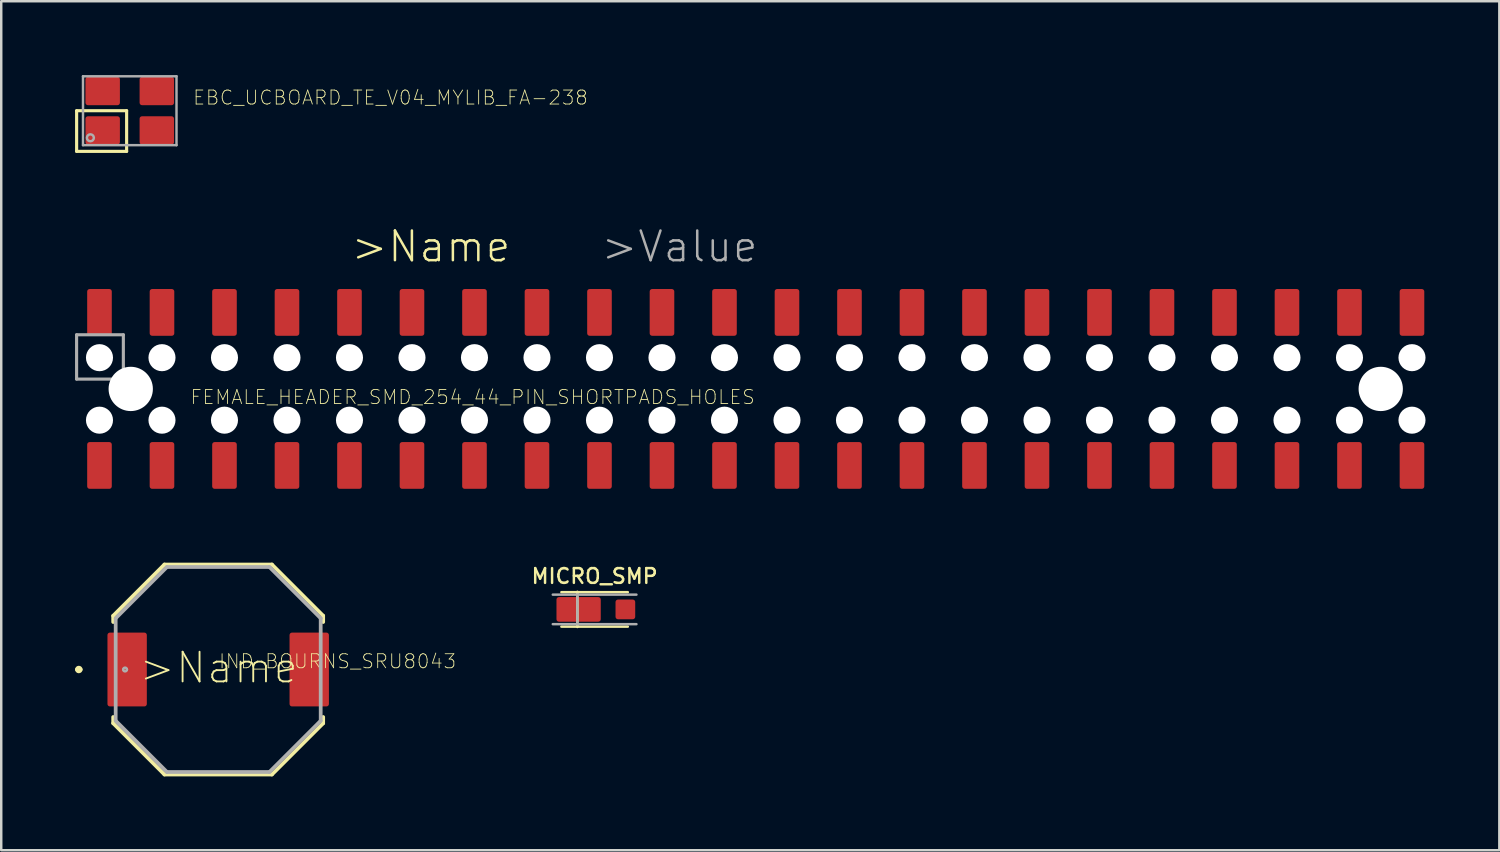
<source format=kicad_pcb>
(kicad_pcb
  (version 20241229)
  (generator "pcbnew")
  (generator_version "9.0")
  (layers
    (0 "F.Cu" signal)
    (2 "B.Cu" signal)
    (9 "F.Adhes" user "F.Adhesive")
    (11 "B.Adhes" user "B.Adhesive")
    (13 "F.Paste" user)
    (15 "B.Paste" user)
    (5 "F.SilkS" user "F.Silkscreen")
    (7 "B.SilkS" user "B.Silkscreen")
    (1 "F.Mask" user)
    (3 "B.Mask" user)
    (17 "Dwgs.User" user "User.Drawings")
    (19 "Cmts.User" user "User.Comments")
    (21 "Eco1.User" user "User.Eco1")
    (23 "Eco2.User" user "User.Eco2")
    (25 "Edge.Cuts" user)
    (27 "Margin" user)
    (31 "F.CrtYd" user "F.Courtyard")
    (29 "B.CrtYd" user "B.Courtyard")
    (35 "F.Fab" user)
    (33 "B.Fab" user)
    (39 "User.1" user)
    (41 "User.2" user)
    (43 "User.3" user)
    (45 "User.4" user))
  (footprint "FEMALE_HEADER_SMD_254_44_PIN_SHORTPADS_HOLES"
    (layer "F.Cu")
    (at 27.663 12.756)
    (property "Reference" "FEMALE_HEADER_SMD_254_44_PIN_SHORTPADS_HOLES" (at 0 0 0) (layer "F.SilkS") (effects (font (size 0.57 0.57) (thickness 0.034)) (justify right top)))
    (attr through_hole)
    (fp_line (start -27.6 -2.2) (end -27.6 -0.4) (stroke (width 0.127) (type solid)) (layer "F.Fab"))
    (fp_line (start -27.6 -0.4) (end -25.7 -0.4) (stroke (width 0.127) (type solid)) (layer "F.Fab"))
    (fp_line (start -25.7 -2.2) (end -27.6 -2.2) (stroke (width 0.127) (type solid)) (layer "F.Fab"))
    (fp_line (start -25.7 -0.4) (end -25.7 -2.2) (stroke (width 0.127) (type solid)) (layer "F.Fab"))
    (fp_text user ">Name" (at -16.51 -5.08 0) (layer "F.SilkS") (effects (font (size 1.206 1.206) (thickness 0.102)) (justify left bottom)))
    (fp_text user ">Value" (at -6.35 -5.08 0) (layer "F.Fab") (effects (font (size 1.206 1.206) (thickness 0.102)) (justify left bottom)))
    (pad "" np_thru_hole circle (at -26.67 -1.27) (size 1.1 1.1) (drill 1.1) (layers "*.Cu" "*.Mask"))
    (pad "" np_thru_hole circle (at -26.67 1.27) (size 1.1 1.1) (drill 1.1) (layers "*.Cu" "*.Mask"))
    (pad "" np_thru_hole circle (at -25.4 0) (size 1.8 1.8) (drill 1.8) (layers "*.Cu" "*.Mask"))
    (pad "" np_thru_hole circle (at -24.13 -1.27) (size 1.1 1.1) (drill 1.1) (layers "*.Cu" "*.Mask"))
    (pad "" np_thru_hole circle (at -24.13 1.27) (size 1.1 1.1) (drill 1.1) (layers "*.Cu" "*.Mask"))
    (pad "" np_thru_hole circle (at -21.59 -1.27) (size 1.1 1.1) (drill 1.1) (layers "*.Cu" "*.Mask"))
    (pad "" np_thru_hole circle (at -21.59 1.27) (size 1.1 1.1) (drill 1.1) (layers "*.Cu" "*.Mask"))
    (pad "" np_thru_hole circle (at -19.05 -1.27) (size 1.1 1.1) (drill 1.1) (layers "*.Cu" "*.Mask"))
    (pad "" np_thru_hole circle (at -19.05 1.27) (size 1.1 1.1) (drill 1.1) (layers "*.Cu" "*.Mask"))
    (pad "" np_thru_hole circle (at -16.51 -1.27) (size 1.1 1.1) (drill 1.1) (layers "*.Cu" "*.Mask"))
    (pad "" np_thru_hole circle (at -16.51 1.27) (size 1.1 1.1) (drill 1.1) (layers "*.Cu" "*.Mask"))
    (pad "" np_thru_hole circle (at -13.97 -1.27) (size 1.1 1.1) (drill 1.1) (layers "*.Cu" "*.Mask"))
    (pad "" np_thru_hole circle (at -13.97 1.27) (size 1.1 1.1) (drill 1.1) (layers "*.Cu" "*.Mask"))
    (pad "" np_thru_hole circle (at -11.43 -1.27) (size 1.1 1.1) (drill 1.1) (layers "*.Cu" "*.Mask"))
    (pad "" np_thru_hole circle (at -11.43 1.27) (size 1.1 1.1) (drill 1.1) (layers "*.Cu" "*.Mask"))
    (pad "" np_thru_hole circle (at -8.89 -1.27) (size 1.1 1.1) (drill 1.1) (layers "*.Cu" "*.Mask"))
    (pad "" np_thru_hole circle (at -8.89 1.27) (size 1.1 1.1) (drill 1.1) (layers "*.Cu" "*.Mask"))
    (pad "" np_thru_hole circle (at -6.35 -1.27) (size 1.1 1.1) (drill 1.1) (layers "*.Cu" "*.Mask"))
    (pad "" np_thru_hole circle (at -6.35 1.27) (size 1.1 1.1) (drill 1.1) (layers "*.Cu" "*.Mask"))
    (pad "" np_thru_hole circle (at -3.81 -1.27) (size 1.1 1.1) (drill 1.1) (layers "*.Cu" "*.Mask"))
    (pad "" np_thru_hole circle (at -3.81 1.27) (size 1.1 1.1) (drill 1.1) (layers "*.Cu" "*.Mask"))
    (pad "" np_thru_hole circle (at -1.27 -1.27) (size 1.1 1.1) (drill 1.1) (layers "*.Cu" "*.Mask"))
    (pad "" np_thru_hole circle (at -1.27 1.27) (size 1.1 1.1) (drill 1.1) (layers "*.Cu" "*.Mask"))
    (pad "" np_thru_hole circle (at 1.27 -1.27) (size 1.1 1.1) (drill 1.1) (layers "*.Cu" "*.Mask"))
    (pad "" np_thru_hole circle (at 1.27 1.27) (size 1.1 1.1) (drill 1.1) (layers "*.Cu" "*.Mask"))
    (pad "" np_thru_hole circle (at 3.81 -1.27) (size 1.1 1.1) (drill 1.1) (layers "*.Cu" "*.Mask"))
    (pad "" np_thru_hole circle (at 3.81 1.27) (size 1.1 1.1) (drill 1.1) (layers "*.Cu" "*.Mask"))
    (pad "" np_thru_hole circle (at 6.35 -1.27) (size 1.1 1.1) (drill 1.1) (layers "*.Cu" "*.Mask"))
    (pad "" np_thru_hole circle (at 6.35 1.27) (size 1.1 1.1) (drill 1.1) (layers "*.Cu" "*.Mask"))
    (pad "" np_thru_hole circle (at 8.89 -1.27) (size 1.1 1.1) (drill 1.1) (layers "*.Cu" "*.Mask"))
    (pad "" np_thru_hole circle (at 8.89 1.27) (size 1.1 1.1) (drill 1.1) (layers "*.Cu" "*.Mask"))
    (pad "" np_thru_hole circle (at 11.43 -1.27) (size 1.1 1.1) (drill 1.1) (layers "*.Cu" "*.Mask"))
    (pad "" np_thru_hole circle (at 11.43 1.27) (size 1.1 1.1) (drill 1.1) (layers "*.Cu" "*.Mask"))
    (pad "" np_thru_hole circle (at 13.97 -1.27) (size 1.1 1.1) (drill 1.1) (layers "*.Cu" "*.Mask"))
    (pad "" np_thru_hole circle (at 13.97 1.27) (size 1.1 1.1) (drill 1.1) (layers "*.Cu" "*.Mask"))
    (pad "" np_thru_hole circle (at 16.51 -1.27) (size 1.1 1.1) (drill 1.1) (layers "*.Cu" "*.Mask"))
    (pad "" np_thru_hole circle (at 16.51 1.27) (size 1.1 1.1) (drill 1.1) (layers "*.Cu" "*.Mask"))
    (pad "" np_thru_hole circle (at 19.05 -1.27) (size 1.1 1.1) (drill 1.1) (layers "*.Cu" "*.Mask"))
    (pad "" np_thru_hole circle (at 19.05 1.27) (size 1.1 1.1) (drill 1.1) (layers "*.Cu" "*.Mask"))
    (pad "" np_thru_hole circle (at 21.59 -1.27) (size 1.1 1.1) (drill 1.1) (layers "*.Cu" "*.Mask"))
    (pad "" np_thru_hole circle (at 21.59 1.27) (size 1.1 1.1) (drill 1.1) (layers "*.Cu" "*.Mask"))
    (pad "" np_thru_hole circle (at 24.13 -1.27) (size 1.1 1.1) (drill 1.1) (layers "*.Cu" "*.Mask"))
    (pad "" np_thru_hole circle (at 24.13 1.27) (size 1.1 1.1) (drill 1.1) (layers "*.Cu" "*.Mask"))
    (pad "" np_thru_hole circle (at 25.4 0) (size 1.8 1.8) (drill 1.8) (layers "*.Cu" "*.Mask"))
    (pad "" np_thru_hole circle (at 26.67 -1.27) (size 1.1 1.1) (drill 1.1) (layers "*.Cu" "*.Mask"))
    (pad "" np_thru_hole circle (at 26.67 1.27) (size 1.1 1.1) (drill 1.1) (layers "*.Cu" "*.Mask"))
    (pad "1" smd roundrect (at -26.67 -3.11) (size 1 1.9) (layers "F.Cu" "F.Mask" "F.Paste") (roundrect_rratio 0.1))
    (pad "2" smd roundrect (at -26.67 3.11 180) (size 1 1.9) (layers "F.Cu" "F.Mask" "F.Paste") (roundrect_rratio 0.1))
    (pad "3" smd roundrect (at -24.13 -3.11) (size 1 1.9) (layers "F.Cu" "F.Mask" "F.Paste") (roundrect_rratio 0.1))
    (pad "4" smd roundrect (at -24.13 3.11 180) (size 1 1.9) (layers "F.Cu" "F.Mask" "F.Paste") (roundrect_rratio 0.1))
    (pad "5" smd roundrect (at -21.59 -3.11) (size 1 1.9) (layers "F.Cu" "F.Mask" "F.Paste") (roundrect_rratio 0.1))
    (pad "6" smd roundrect (at -21.59 3.11 180) (size 1 1.9) (layers "F.Cu" "F.Mask" "F.Paste") (roundrect_rratio 0.1))
    (pad "7" smd roundrect (at -19.05 -3.11) (size 1 1.9) (layers "F.Cu" "F.Mask" "F.Paste") (roundrect_rratio 0.1))
    (pad "8" smd roundrect (at -19.05 3.11 180) (size 1 1.9) (layers "F.Cu" "F.Mask" "F.Paste") (roundrect_rratio 0.1))
    (pad "9" smd roundrect (at -16.51 -3.11) (size 1 1.9) (layers "F.Cu" "F.Mask" "F.Paste") (roundrect_rratio 0.1))
    (pad "10" smd roundrect (at -16.51 3.11 180) (size 1 1.9) (layers "F.Cu" "F.Mask" "F.Paste") (roundrect_rratio 0.1))
    (pad "11" smd roundrect (at -13.97 -3.11) (size 1 1.9) (layers "F.Cu" "F.Mask" "F.Paste") (roundrect_rratio 0.1))
    (pad "12" smd roundrect (at -13.97 3.11 180) (size 1 1.9) (layers "F.Cu" "F.Mask" "F.Paste") (roundrect_rratio 0.1))
    (pad "13" smd roundrect (at -11.43 -3.11) (size 1 1.9) (layers "F.Cu" "F.Mask" "F.Paste") (roundrect_rratio 0.1))
    (pad "14" smd roundrect (at -11.43 3.11 180) (size 1 1.9) (layers "F.Cu" "F.Mask" "F.Paste") (roundrect_rratio 0.1))
    (pad "15" smd roundrect (at -8.89 -3.11) (size 1 1.9) (layers "F.Cu" "F.Mask" "F.Paste") (roundrect_rratio 0.1))
    (pad "16" smd roundrect (at -8.89 3.11 180) (size 1 1.9) (layers "F.Cu" "F.Mask" "F.Paste") (roundrect_rratio 0.1))
    (pad "17" smd roundrect (at -6.35 -3.11) (size 1 1.9) (layers "F.Cu" "F.Mask" "F.Paste") (roundrect_rratio 0.1))
    (pad "18" smd roundrect (at -6.35 3.11 180) (size 1 1.9) (layers "F.Cu" "F.Mask" "F.Paste") (roundrect_rratio 0.1))
    (pad "19" smd roundrect (at -3.81 -3.11) (size 1 1.9) (layers "F.Cu" "F.Mask" "F.Paste") (roundrect_rratio 0.1))
    (pad "20" smd roundrect (at -3.81 3.11 180) (size 1 1.9) (layers "F.Cu" "F.Mask" "F.Paste") (roundrect_rratio 0.1))
    (pad "21" smd roundrect (at -1.27 -3.11) (size 1 1.9) (layers "F.Cu" "F.Mask" "F.Paste") (roundrect_rratio 0.1))
    (pad "22" smd roundrect (at -1.27 3.11 180) (size 1 1.9) (layers "F.Cu" "F.Mask" "F.Paste") (roundrect_rratio 0.1))
    (pad "23" smd roundrect (at 1.27 -3.11) (size 1 1.9) (layers "F.Cu" "F.Mask" "F.Paste") (roundrect_rratio 0.1))
    (pad "24" smd roundrect (at 1.27 3.11 180) (size 1 1.9) (layers "F.Cu" "F.Mask" "F.Paste") (roundrect_rratio 0.1))
    (pad "25" smd roundrect (at 3.81 -3.11) (size 1 1.9) (layers "F.Cu" "F.Mask" "F.Paste") (roundrect_rratio 0.1))
    (pad "26" smd roundrect (at 3.81 3.11 180) (size 1 1.9) (layers "F.Cu" "F.Mask" "F.Paste") (roundrect_rratio 0.1))
    (pad "27" smd roundrect (at 6.35 -3.11) (size 1 1.9) (layers "F.Cu" "F.Mask" "F.Paste") (roundrect_rratio 0.1))
    (pad "28" smd roundrect (at 6.35 3.11 180) (size 1 1.9) (layers "F.Cu" "F.Mask" "F.Paste") (roundrect_rratio 0.1))
    (pad "29" smd roundrect (at 8.89 -3.11) (size 1 1.9) (layers "F.Cu" "F.Mask" "F.Paste") (roundrect_rratio 0.1))
    (pad "30" smd roundrect (at 8.89 3.11 180) (size 1 1.9) (layers "F.Cu" "F.Mask" "F.Paste") (roundrect_rratio 0.1))
    (pad "31" smd roundrect (at 11.43 -3.11) (size 1 1.9) (layers "F.Cu" "F.Mask" "F.Paste") (roundrect_rratio 0.1))
    (pad "32" smd roundrect (at 11.43 3.11 180) (size 1 1.9) (layers "F.Cu" "F.Mask" "F.Paste") (roundrect_rratio 0.1))
    (pad "33" smd roundrect (at 13.97 -3.11) (size 1 1.9) (layers "F.Cu" "F.Mask" "F.Paste") (roundrect_rratio 0.1))
    (pad "34" smd roundrect (at 13.97 3.11 180) (size 1 1.9) (layers "F.Cu" "F.Mask" "F.Paste") (roundrect_rratio 0.1))
    (pad "35" smd roundrect (at 16.51 -3.11) (size 1 1.9) (layers "F.Cu" "F.Mask" "F.Paste") (roundrect_rratio 0.1))
    (pad "36" smd roundrect (at 16.51 3.11 180) (size 1 1.9) (layers "F.Cu" "F.Mask" "F.Paste") (roundrect_rratio 0.1))
    (pad "37" smd roundrect (at 19.05 -3.11) (size 1 1.9) (layers "F.Cu" "F.Mask" "F.Paste") (roundrect_rratio 0.1))
    (pad "38" smd roundrect (at 19.05 3.11 180) (size 1 1.9) (layers "F.Cu" "F.Mask" "F.Paste") (roundrect_rratio 0.1))
    (pad "39" smd roundrect (at 21.59 -3.11) (size 1 1.9) (layers "F.Cu" "F.Mask" "F.Paste") (roundrect_rratio 0.1))
    (pad "40" smd roundrect (at 21.59 3.11 180) (size 1 1.9) (layers "F.Cu" "F.Mask" "F.Paste") (roundrect_rratio 0.1))
    (pad "41" smd roundrect (at 24.13 -3.11) (size 1 1.9) (layers "F.Cu" "F.Mask" "F.Paste") (roundrect_rratio 0.1))
    (pad "42" smd roundrect (at 24.13 3.11 180) (size 1 1.9) (layers "F.Cu" "F.Mask" "F.Paste") (roundrect_rratio 0.1))
    (pad "43" smd roundrect (at 26.67 -3.11) (size 1 1.9) (layers "F.Cu" "F.Mask" "F.Paste") (roundrect_rratio 0.1))
    (pad "44" smd roundrect (at 26.67 3.11 180) (size 1 1.9) (layers "F.Cu" "F.Mask" "F.Paste") (roundrect_rratio 0.1)))
  (footprint "IND_BOURNS_SRU8043"
    (layer "F.Cu")
    (at 5.817 24.159)
    (property "Reference" "IND_BOURNS_SRU8043" (at 0 0 180) (layer "F.SilkS") (effects (font (size 0.57 0.57) (thickness 0.034)) (justify left bottom)))
    (attr through_hole)
    (fp_line (start -4.267 -2.184) (end -2.184 -4.267) (stroke (width 0.152) (type solid)) (layer "F.SilkS"))
    (fp_line (start -4.267 -1.93) (end -4.267 -2.184) (stroke (width 0.152) (type solid)) (layer "F.SilkS"))
    (fp_line (start -4.267 2.184) (end -4.267 1.93) (stroke (width 0.152) (type solid)) (layer "F.SilkS"))
    (fp_line (start -2.184 -4.267) (end 2.184 -4.267) (stroke (width 0.152) (type solid)) (layer "F.SilkS"))
    (fp_line (start -2.184 4.267) (end -4.267 2.184) (stroke (width 0.152) (type solid)) (layer "F.SilkS"))
    (fp_line (start 2.184 -4.267) (end 4.267 -2.184) (stroke (width 0.152) (type solid)) (layer "F.SilkS"))
    (fp_line (start 2.184 4.267) (end -2.184 4.267) (stroke (width 0.152) (type solid)) (layer "F.SilkS"))
    (fp_line (start 4.267 -2.184) (end 4.267 -1.93) (stroke (width 0.152) (type solid)) (layer "F.SilkS"))
    (fp_line (start 4.267 1.93) (end 4.267 2.184) (stroke (width 0.152) (type solid)) (layer "F.SilkS"))
    (fp_line (start 4.267 2.184) (end 2.184 4.267) (stroke (width 0.152) (type solid)) (layer "F.SilkS"))
    (fp_arc (start -5.7404 0) (mid -5.6642 -0.0762) (end -5.588 0) (stroke (width 0.1524) (type solid)) (layer "F.SilkS"))
    (fp_arc (start -5.588 0) (mid -5.6642 0.0762) (end -5.7404 0) (stroke (width 0.1524) (type solid)) (layer "F.SilkS"))
    (fp_line (start -4.166 -2.083) (end -2.083 -4.166) (stroke (width 0.152) (type solid)) (layer "F.Fab"))
    (fp_line (start -4.166 2.083) (end -4.166 -2.083) (stroke (width 0.152) (type solid)) (layer "F.Fab"))
    (fp_line (start -2.083 -4.166) (end 2.083 -4.166) (stroke (width 0.152) (type solid)) (layer "F.Fab"))
    (fp_line (start -2.083 4.166) (end -4.166 2.083) (stroke (width 0.152) (type solid)) (layer "F.Fab"))
    (fp_line (start 2.083 -4.166) (end 4.166 -2.083) (stroke (width 0.152) (type solid)) (layer "F.Fab"))
    (fp_line (start 2.083 4.166) (end -2.083 4.166) (stroke (width 0.152) (type solid)) (layer "F.Fab"))
    (fp_line (start 4.166 -2.083) (end 4.166 2.083) (stroke (width 0.152) (type solid)) (layer "F.Fab"))
    (fp_line (start 4.166 2.083) (end 2.083 4.166) (stroke (width 0.152) (type solid)) (layer "F.Fab"))
    (fp_arc (start -3.8608 0) (mid -3.7846 -0.0762) (end -3.7084 0) (stroke (width 0.1) (type solid)) (layer "F.Fab"))
    (fp_arc (start -3.7084 0) (mid -3.7846 0.0762) (end -3.8608 0) (stroke (width 0.1) (type solid)) (layer "F.Fab"))
    (fp_text user ">Name" (at -3.277 0.635 0) (layer "F.SilkS") (effects (font (size 1.206 1.206) (thickness 0.076)) (justify left bottom)))
    (pad "1" smd roundrect (at -3.7 0) (size 1.6 3) (layers "F.Cu" "F.Mask" "F.Paste") (roundrect_rratio 0.062))
    (pad "2" smd roundrect (at 3.7 0) (size 1.6 3) (layers "F.Cu" "F.Mask" "F.Paste") (roundrect_rratio 0.062)))
  (footprint "MICRO_SMP"
    (layer "F.Cu")
    (at 21.115 21.716)
    (property "Reference" "MICRO_SMP" (at 0 -1 0) (layer "F.SilkS") (effects (font (size 0.6 0.6) (thickness 0.1)) (justify bottom)))
    (attr through_hole)
    (fp_line (start -1.35 -0.7) (end 1.35 -0.7) (stroke (width 0.1) (type solid)) (layer "F.SilkS"))
    (fp_line (start -1.35 0.7) (end 1.35 0.7) (stroke (width 0.1) (type solid)) (layer "F.SilkS"))
    (fp_line (start -0.7 0.715) (end -0.7 -0.715) (stroke (width 0.1) (type solid)) (layer "F.SilkS"))
    (fp_line (start -1.7 -0.6) (end -0.7 -0.6) (stroke (width 0.1) (type solid)) (layer "F.Fab"))
    (fp_line (start -0.7 -0.6) (end -0.7 0.6) (stroke (width 0.1) (type solid)) (layer "F.Fab"))
    (fp_line (start -0.7 -0.6) (end 1.7 -0.6) (stroke (width 0.1) (type solid)) (layer "F.Fab"))
    (fp_line (start -0.7 0.6) (end -1.7 0.6) (stroke (width 0.1) (type solid)) (layer "F.Fab"))
    (fp_line (start 1.7 0.6) (end -0.7 0.6) (stroke (width 0.1) (type solid)) (layer "F.Fab"))
    (pad "1" smd roundrect (at -0.65 0) (size 1.8 1) (layers "F.Cu" "F.Mask" "F.Paste") (roundrect_rratio 0.1))
    (pad "2" smd roundrect (at 1.25 0) (size 0.8 0.8) (layers "F.Cu" "F.Mask" "F.Paste") (roundrect_rratio 0.125)))
  (footprint "EBC_UCBOARD_TE_V04_MYLIB_FA-238"
    (layer "F.Cu")
    (at 2.223 1.45)
    (property "Reference" "EBC_UCBOARD_TE_V04_MYLIB_FA-238" (at 2.54 -0.2 180) (layer "F.SilkS") (effects (font (size 0.57 0.57) (thickness 0.034)) (justify left bottom)))
    (attr through_hole)
    (fp_line (start -2.159 0) (end -2.159 1.651) (stroke (width 0.127) (type solid)) (layer "F.SilkS"))
    (fp_line (start -2.159 1.651) (end -0.127 1.651) (stroke (width 0.127) (type solid)) (layer "F.SilkS"))
    (fp_line (start -0.127 0) (end -2.159 0) (stroke (width 0.127) (type solid)) (layer "F.SilkS"))
    (fp_line (start -0.127 1.651) (end -0.127 0) (stroke (width 0.127) (type solid)) (layer "F.SilkS"))
    (fp_line (start -1.9 -1.4) (end 1.9 -1.4) (stroke (width 0.1) (type solid)) (layer "F.Fab"))
    (fp_line (start -1.9 1.4) (end -1.9 -1.4) (stroke (width 0.1) (type solid)) (layer "F.Fab"))
    (fp_line (start 1.9 -1.4) (end 1.9 1.4) (stroke (width 0.1) (type solid)) (layer "F.Fab"))
    (fp_line (start 1.9 1.4) (end -1.9 1.4) (stroke (width 0.1) (type solid)) (layer "F.Fab"))
    (fp_circle (center -1.6 1.1) (end -1.459 1.1) (stroke (width 0.1) (type solid)) (fill no) (layer "F.Fab"))
    (pad "1" smd roundrect (at -1.1 0.8) (size 1.4 1.15) (layers "F.Cu" "F.Mask" "F.Paste") (roundrect_rratio 0.087))
    (pad "2" smd roundrect (at 1.1 0.8) (size 1.4 1.15) (layers "F.Cu" "F.Mask" "F.Paste") (roundrect_rratio 0.087))
    (pad "3" smd roundrect (at 1.1 -0.8) (size 1.4 1.15) (layers "F.Cu" "F.Mask" "F.Paste") (roundrect_rratio 0.087))
    (pad "4" smd roundrect (at -1.1 -0.8) (size 1.4 1.15) (layers "F.Cu" "F.Mask" "F.Paste") (roundrect_rratio 0.087)))
  (gr_rect
    (start -3 -3)
    (end 57.883 31.503)
    (stroke (width 0.1) (type default))
    (fill no)
    (layer "Edge.Cuts")))
</source>
